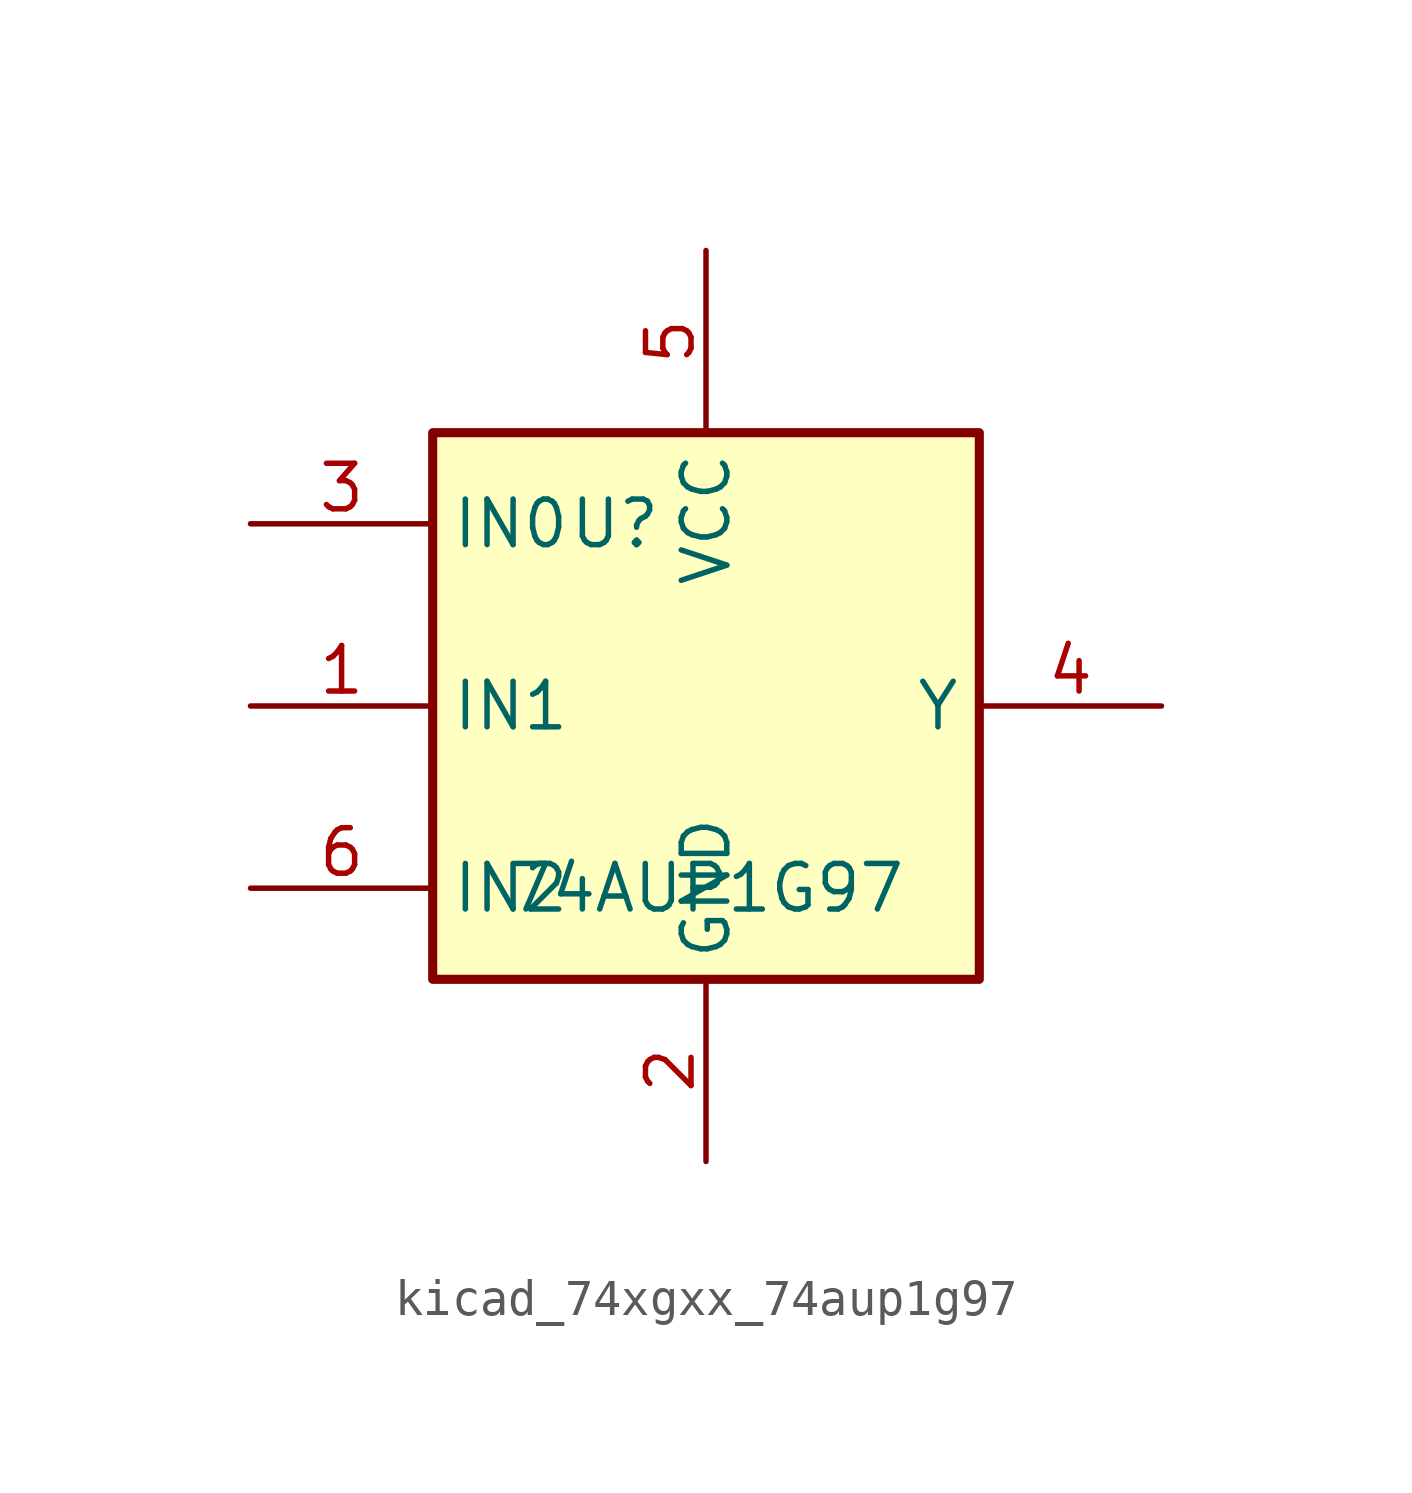
<source format=kicad_sym>
(kicad_symbol_lib
  (version 20220914)
  (generator kicad_symbol_editor)
  (symbol "kicad_74xgxx_74aup1g97"
    (property "Reference" "U"
      (at -2.54 5.08 0)
      (effects (font (size 1.27 1.27))))
    (property "Value" "74AUP1G97"
      (at 0 -5.08 0)
      (effects (font (size 1.27 1.27))))
    (symbol "kicad_74xgxx_74aup1g97_0_1"
      (rectangle (start -7.62 7.62) (end 7.62 -7.62) (stroke (width 0.254) (type default)) (fill (type background))))
    (symbol "kicad_74xgxx_74aup1g97_1_1"
      (pin input line (at -12.7 0 0) (length 5.08) (name "IN1" (effects (font (size 1.27 1.27)))) (number "1" (effects (font (size 1.27 1.27)))))
      (pin power_in line (at 0 -12.7 90) (length 5.08) (name "GND" (effects (font (size 1.27 1.27)))) (number "2" (effects (font (size 1.27 1.27)))))
      (pin input line (at -12.7 5.08 0) (length 5.08) (name "IN0" (effects (font (size 1.27 1.27)))) (number "3" (effects (font (size 1.27 1.27)))))
      (pin output line (at 12.7 0 180) (length 5.08) (name "Y" (effects (font (size 1.27 1.27)))) (number "4" (effects (font (size 1.27 1.27)))))
      (pin power_in line (at 0 12.7 270) (length 5.08) (name "VCC" (effects (font (size 1.27 1.27)))) (number "5" (effects (font (size 1.27 1.27)))))
      (pin input line (at -12.7 -5.08 0) (length 5.08) (name "IN2" (effects (font (size 1.27 1.27)))) (number "6" (effects (font (size 1.27 1.27))))))))
</source>
